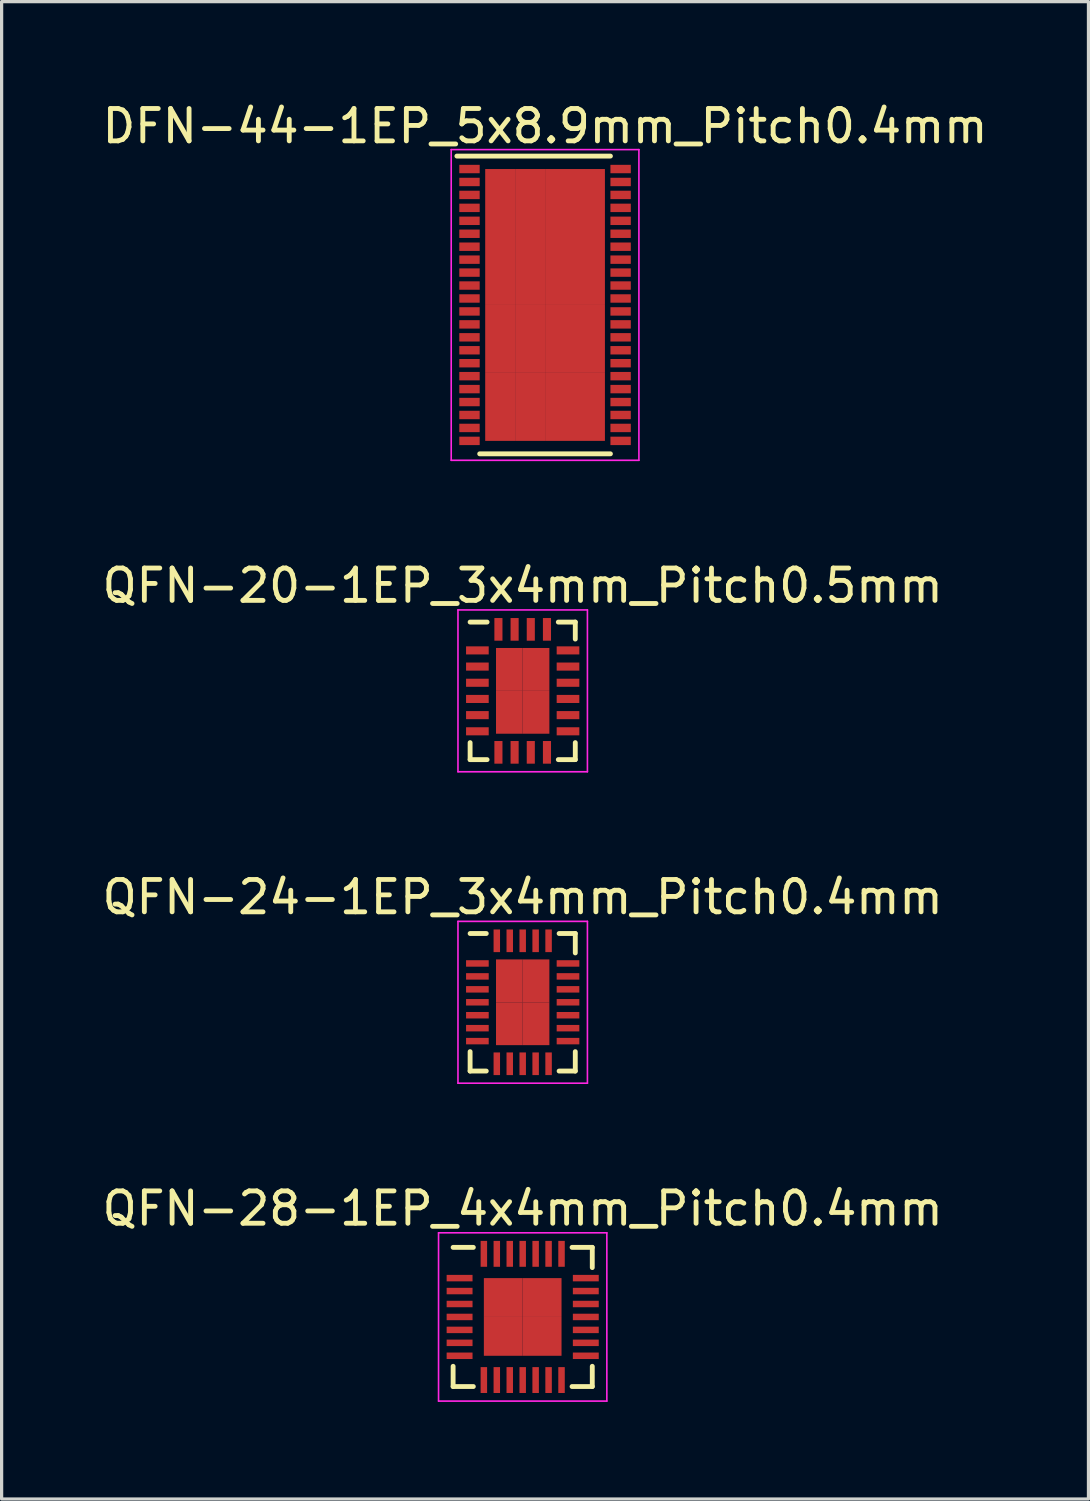
<source format=kicad_pcb>
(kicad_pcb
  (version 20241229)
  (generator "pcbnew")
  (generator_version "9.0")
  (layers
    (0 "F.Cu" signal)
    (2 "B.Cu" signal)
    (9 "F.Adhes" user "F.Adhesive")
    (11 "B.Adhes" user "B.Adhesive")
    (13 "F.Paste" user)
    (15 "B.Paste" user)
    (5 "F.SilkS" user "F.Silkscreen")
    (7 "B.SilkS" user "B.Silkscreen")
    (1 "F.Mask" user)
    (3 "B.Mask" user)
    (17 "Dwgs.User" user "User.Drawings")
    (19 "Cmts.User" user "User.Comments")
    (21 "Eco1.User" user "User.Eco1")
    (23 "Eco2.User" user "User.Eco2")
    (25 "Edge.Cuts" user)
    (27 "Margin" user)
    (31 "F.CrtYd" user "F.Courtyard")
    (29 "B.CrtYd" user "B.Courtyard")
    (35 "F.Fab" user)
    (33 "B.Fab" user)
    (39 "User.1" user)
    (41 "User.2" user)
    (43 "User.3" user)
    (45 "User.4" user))
  (footprint "QFN-24-1EP_3x4mm_Pitch0.4mm"
    (layer "F.Cu")
    (at 13.101 27.92)
    (property "Reference" "QFN-24-1EP_3x4mm_Pitch0.4mm" (at 0 -3.25 0) (layer "F.SilkS") (effects (font (size 1 1) (thickness 0.15))))
    (attr smd)
    (fp_line (start -1.625 -2.125) (end -1.125 -2.125) (stroke (width 0.15) (type solid)) (layer "F.SilkS"))
    (fp_line (start -1.625 2.125) (end -1.625 1.525) (stroke (width 0.15) (type solid)) (layer "F.SilkS"))
    (fp_line (start -1.625 2.125) (end -1.125 2.125) (stroke (width 0.15) (type solid)) (layer "F.SilkS"))
    (fp_line (start 1.625 -2.125) (end 1.125 -2.125) (stroke (width 0.15) (type solid)) (layer "F.SilkS"))
    (fp_line (start 1.625 -2.125) (end 1.625 -1.525) (stroke (width 0.15) (type solid)) (layer "F.SilkS"))
    (fp_line (start 1.625 2.125) (end 1.125 2.125) (stroke (width 0.15) (type solid)) (layer "F.SilkS"))
    (fp_line (start 1.625 2.125) (end 1.625 1.525) (stroke (width 0.15) (type solid)) (layer "F.SilkS"))
    (fp_line (start -2 -2.5) (end -2 2.5) (stroke (width 0.05) (type solid)) (layer "F.CrtYd"))
    (fp_line (start -2 -2.5) (end 2 -2.5) (stroke (width 0.05) (type solid)) (layer "F.CrtYd"))
    (fp_line (start -2 2.5) (end 2 2.5) (stroke (width 0.05) (type solid)) (layer "F.CrtYd"))
    (fp_line (start 2 -2.5) (end 2 2.5) (stroke (width 0.05) (type solid)) (layer "F.CrtYd"))
    (pad "1" smd rect (at -1.4 -1.2) (size 0.7 0.2) (layers "F.Cu" "F.Mask" "F.Paste"))
    (pad "2" smd rect (at -1.4 -0.8) (size 0.7 0.2) (layers "F.Cu" "F.Mask" "F.Paste"))
    (pad "3" smd rect (at -1.4 -0.4) (size 0.7 0.2) (layers "F.Cu" "F.Mask" "F.Paste"))
    (pad "4" smd rect (at -1.4 0) (size 0.7 0.2) (layers "F.Cu" "F.Mask" "F.Paste"))
    (pad "5" smd rect (at -1.4 0.4) (size 0.7 0.2) (layers "F.Cu" "F.Mask" "F.Paste"))
    (pad "6" smd rect (at -1.4 0.8) (size 0.7 0.2) (layers "F.Cu" "F.Mask" "F.Paste"))
    (pad "7" smd rect (at -1.4 1.2) (size 0.7 0.2) (layers "F.Cu" "F.Mask" "F.Paste"))
    (pad "8" smd rect (at -0.8 1.9 90) (size 0.7 0.2) (layers "F.Cu" "F.Mask" "F.Paste"))
    (pad "9" smd rect (at -0.4 1.9 90) (size 0.7 0.2) (layers "F.Cu" "F.Mask" "F.Paste"))
    (pad "10" smd rect (at 0 1.9 90) (size 0.7 0.2) (layers "F.Cu" "F.Mask" "F.Paste"))
    (pad "11" smd rect (at 0.4 1.9 90) (size 0.7 0.2) (layers "F.Cu" "F.Mask" "F.Paste"))
    (pad "12" smd rect (at 0.8 1.9 90) (size 0.7 0.2) (layers "F.Cu" "F.Mask" "F.Paste"))
    (pad "13" smd rect (at 1.4 1.2) (size 0.7 0.2) (layers "F.Cu" "F.Mask" "F.Paste"))
    (pad "14" smd rect (at 1.4 0.8) (size 0.7 0.2) (layers "F.Cu" "F.Mask" "F.Paste"))
    (pad "15" smd rect (at 1.4 0.4) (size 0.7 0.2) (layers "F.Cu" "F.Mask" "F.Paste"))
    (pad "16" smd rect (at 1.4 0) (size 0.7 0.2) (layers "F.Cu" "F.Mask" "F.Paste"))
    (pad "17" smd rect (at 1.4 -0.4) (size 0.7 0.2) (layers "F.Cu" "F.Mask" "F.Paste"))
    (pad "18" smd rect (at 1.4 -0.8) (size 0.7 0.2) (layers "F.Cu" "F.Mask" "F.Paste"))
    (pad "19" smd rect (at 1.4 -1.2) (size 0.7 0.2) (layers "F.Cu" "F.Mask" "F.Paste"))
    (pad "20" smd rect (at 0.8 -1.9 90) (size 0.7 0.2) (layers "F.Cu" "F.Mask" "F.Paste"))
    (pad "21" smd rect (at 0.4 -1.9 90) (size 0.7 0.2) (layers "F.Cu" "F.Mask" "F.Paste"))
    (pad "22" smd rect (at 0 -1.9 90) (size 0.7 0.2) (layers "F.Cu" "F.Mask" "F.Paste"))
    (pad "23" smd rect (at -0.4 -1.9 90) (size 0.7 0.2) (layers "F.Cu" "F.Mask" "F.Paste"))
    (pad "24" smd rect (at -0.8 -1.9 90) (size 0.7 0.2) (layers "F.Cu" "F.Mask" "F.Paste"))
    (pad "25" smd rect (at -0.412 -0.662) (size 0.825 1.325) (layers "F.Cu" "F.Mask" "F.Paste"))
    (pad "25" smd rect (at -0.412 0.662) (size 0.825 1.325) (layers "F.Cu" "F.Mask" "F.Paste"))
    (pad "25" smd rect (at 0.412 -0.662) (size 0.825 1.325) (layers "F.Cu" "F.Mask" "F.Paste"))
    (pad "25" smd rect (at 0.412 0.662) (size 0.825 1.325) (layers "F.Cu" "F.Mask" "F.Paste")))
  (footprint "QFN-20-1EP_3x4mm_Pitch0.5mm"
    (layer "F.Cu")
    (at 13.101 18.297)
    (property "Reference" "QFN-20-1EP_3x4mm_Pitch0.5mm" (at 0 -3.25 0) (layer "F.SilkS") (effects (font (size 1 1) (thickness 0.15))))
    (attr smd)
    (fp_line (start -1.625 -2.125) (end -1.1 -2.125) (stroke (width 0.15) (type solid)) (layer "F.SilkS"))
    (fp_line (start -1.625 2.125) (end -1.625 1.6) (stroke (width 0.15) (type solid)) (layer "F.SilkS"))
    (fp_line (start -1.625 2.125) (end -1.1 2.125) (stroke (width 0.15) (type solid)) (layer "F.SilkS"))
    (fp_line (start 1.625 -2.125) (end 1.1 -2.125) (stroke (width 0.15) (type solid)) (layer "F.SilkS"))
    (fp_line (start 1.625 -2.125) (end 1.625 -1.6) (stroke (width 0.15) (type solid)) (layer "F.SilkS"))
    (fp_line (start 1.625 2.125) (end 1.1 2.125) (stroke (width 0.15) (type solid)) (layer "F.SilkS"))
    (fp_line (start 1.625 2.125) (end 1.625 1.6) (stroke (width 0.15) (type solid)) (layer "F.SilkS"))
    (fp_line (start -2 -2.5) (end -2 2.5) (stroke (width 0.05) (type solid)) (layer "F.CrtYd"))
    (fp_line (start -2 -2.5) (end 2 -2.5) (stroke (width 0.05) (type solid)) (layer "F.CrtYd"))
    (fp_line (start -2 2.5) (end 2 2.5) (stroke (width 0.05) (type solid)) (layer "F.CrtYd"))
    (fp_line (start 2 -2.5) (end 2 2.5) (stroke (width 0.05) (type solid)) (layer "F.CrtYd"))
    (pad "1" smd rect (at -1.4 -1.25) (size 0.7 0.25) (layers "F.Cu" "F.Mask" "F.Paste"))
    (pad "2" smd rect (at -1.4 -0.75) (size 0.7 0.25) (layers "F.Cu" "F.Mask" "F.Paste"))
    (pad "3" smd rect (at -1.4 -0.25) (size 0.7 0.25) (layers "F.Cu" "F.Mask" "F.Paste"))
    (pad "4" smd rect (at -1.4 0.25) (size 0.7 0.25) (layers "F.Cu" "F.Mask" "F.Paste"))
    (pad "5" smd rect (at -1.4 0.75) (size 0.7 0.25) (layers "F.Cu" "F.Mask" "F.Paste"))
    (pad "6" smd rect (at -1.4 1.25) (size 0.7 0.25) (layers "F.Cu" "F.Mask" "F.Paste"))
    (pad "7" smd rect (at -0.75 1.9 90) (size 0.7 0.25) (layers "F.Cu" "F.Mask" "F.Paste"))
    (pad "8" smd rect (at -0.25 1.9 90) (size 0.7 0.25) (layers "F.Cu" "F.Mask" "F.Paste"))
    (pad "9" smd rect (at 0.25 1.9 90) (size 0.7 0.25) (layers "F.Cu" "F.Mask" "F.Paste"))
    (pad "10" smd rect (at 0.75 1.9 90) (size 0.7 0.25) (layers "F.Cu" "F.Mask" "F.Paste"))
    (pad "11" smd rect (at 1.4 1.25) (size 0.7 0.25) (layers "F.Cu" "F.Mask" "F.Paste"))
    (pad "12" smd rect (at 1.4 0.75) (size 0.7 0.25) (layers "F.Cu" "F.Mask" "F.Paste"))
    (pad "13" smd rect (at 1.4 0.25) (size 0.7 0.25) (layers "F.Cu" "F.Mask" "F.Paste"))
    (pad "14" smd rect (at 1.4 -0.25) (size 0.7 0.25) (layers "F.Cu" "F.Mask" "F.Paste"))
    (pad "15" smd rect (at 1.4 -0.75) (size 0.7 0.25) (layers "F.Cu" "F.Mask" "F.Paste"))
    (pad "16" smd rect (at 1.4 -1.25) (size 0.7 0.25) (layers "F.Cu" "F.Mask" "F.Paste"))
    (pad "17" smd rect (at 0.75 -1.9 90) (size 0.7 0.25) (layers "F.Cu" "F.Mask" "F.Paste"))
    (pad "18" smd rect (at 0.25 -1.9 90) (size 0.7 0.25) (layers "F.Cu" "F.Mask" "F.Paste"))
    (pad "19" smd rect (at -0.25 -1.9 90) (size 0.7 0.25) (layers "F.Cu" "F.Mask" "F.Paste"))
    (pad "20" smd rect (at -0.75 -1.9 90) (size 0.7 0.25) (layers "F.Cu" "F.Mask" "F.Paste"))
    (pad "21" smd rect (at -0.412 -0.662) (size 0.825 1.325) (layers "F.Cu" "F.Mask" "F.Paste"))
    (pad "21" smd rect (at -0.412 0.662) (size 0.825 1.325) (layers "F.Cu" "F.Mask" "F.Paste"))
    (pad "21" smd rect (at 0.412 -0.662) (size 0.825 1.325) (layers "F.Cu" "F.Mask" "F.Paste"))
    (pad "21" smd rect (at 0.412 0.662) (size 0.825 1.325) (layers "F.Cu" "F.Mask" "F.Paste")))
  (footprint "DFN-44-1EP_5x8.9mm_Pitch0.4mm"
    (layer "F.Cu")
    (at 13.792 6.373)
    (property "Reference" "DFN-44-1EP_5x8.9mm_Pitch0.4mm" (at 0 -5.525 0) (layer "F.SilkS") (effects (font (size 1 1) (thickness 0.15))))
    (attr smd)
    (fp_line (start -2.725 -4.6) (end 2.02 -4.6) (stroke (width 0.15) (type solid)) (layer "F.SilkS"))
    (fp_line (start -2.02 4.6) (end 2.02 4.6) (stroke (width 0.15) (type solid)) (layer "F.SilkS"))
    (fp_line (start -2.9 -4.8) (end -2.9 4.8) (stroke (width 0.05) (type solid)) (layer "F.CrtYd"))
    (fp_line (start -2.9 -4.8) (end 2.9 -4.8) (stroke (width 0.05) (type solid)) (layer "F.CrtYd"))
    (fp_line (start -2.9 4.8) (end 2.9 4.8) (stroke (width 0.05) (type solid)) (layer "F.CrtYd"))
    (fp_line (start 2.9 -4.8) (end 2.9 4.8) (stroke (width 0.05) (type solid)) (layer "F.CrtYd"))
    (pad "1" smd rect (at -2.335 -4.2) (size 0.63 0.26) (layers "F.Cu" "F.Mask" "F.Paste"))
    (pad "2" smd rect (at -2.335 -3.8) (size 0.63 0.26) (layers "F.Cu" "F.Mask" "F.Paste"))
    (pad "3" smd rect (at -2.335 -3.4) (size 0.63 0.26) (layers "F.Cu" "F.Mask" "F.Paste"))
    (pad "4" smd rect (at -2.335 -3) (size 0.63 0.26) (layers "F.Cu" "F.Mask" "F.Paste"))
    (pad "5" smd rect (at -2.335 -2.6) (size 0.63 0.26) (layers "F.Cu" "F.Mask" "F.Paste"))
    (pad "6" smd rect (at -2.335 -2.2) (size 0.63 0.26) (layers "F.Cu" "F.Mask" "F.Paste"))
    (pad "7" smd rect (at -2.335 -1.8) (size 0.63 0.26) (layers "F.Cu" "F.Mask" "F.Paste"))
    (pad "8" smd rect (at -2.335 -1.4) (size 0.63 0.26) (layers "F.Cu" "F.Mask" "F.Paste"))
    (pad "9" smd rect (at -2.335 -1) (size 0.63 0.26) (layers "F.Cu" "F.Mask" "F.Paste"))
    (pad "10" smd rect (at -2.335 -0.6) (size 0.63 0.26) (layers "F.Cu" "F.Mask" "F.Paste"))
    (pad "11" smd rect (at -2.335 -0.2) (size 0.63 0.26) (layers "F.Cu" "F.Mask" "F.Paste"))
    (pad "12" smd rect (at -2.335 0.2) (size 0.63 0.26) (layers "F.Cu" "F.Mask" "F.Paste"))
    (pad "13" smd rect (at -2.335 0.6) (size 0.63 0.26) (layers "F.Cu" "F.Mask" "F.Paste"))
    (pad "14" smd rect (at -2.335 1) (size 0.63 0.26) (layers "F.Cu" "F.Mask" "F.Paste"))
    (pad "15" smd rect (at -2.335 1.4) (size 0.63 0.26) (layers "F.Cu" "F.Mask" "F.Paste"))
    (pad "16" smd rect (at -2.335 1.8) (size 0.63 0.26) (layers "F.Cu" "F.Mask" "F.Paste"))
    (pad "17" smd rect (at -2.335 2.2) (size 0.63 0.26) (layers "F.Cu" "F.Mask" "F.Paste"))
    (pad "18" smd rect (at -2.335 2.6) (size 0.63 0.26) (layers "F.Cu" "F.Mask" "F.Paste"))
    (pad "19" smd rect (at -2.335 3) (size 0.63 0.26) (layers "F.Cu" "F.Mask" "F.Paste"))
    (pad "20" smd rect (at -2.335 3.4) (size 0.63 0.26) (layers "F.Cu" "F.Mask" "F.Paste"))
    (pad "21" smd rect (at -2.335 3.8) (size 0.63 0.26) (layers "F.Cu" "F.Mask" "F.Paste"))
    (pad "22" smd rect (at -2.335 4.2) (size 0.63 0.26) (layers "F.Cu" "F.Mask" "F.Paste"))
    (pad "23" smd rect (at 2.335 4.2) (size 0.63 0.26) (layers "F.Cu" "F.Mask" "F.Paste"))
    (pad "24" smd rect (at 2.335 3.8) (size 0.63 0.26) (layers "F.Cu" "F.Mask" "F.Paste"))
    (pad "25" smd rect (at 2.335 3.4) (size 0.63 0.26) (layers "F.Cu" "F.Mask" "F.Paste"))
    (pad "26" smd rect (at 2.335 3) (size 0.63 0.26) (layers "F.Cu" "F.Mask" "F.Paste"))
    (pad "27" smd rect (at 2.335 2.6) (size 0.63 0.26) (layers "F.Cu" "F.Mask" "F.Paste"))
    (pad "28" smd rect (at 2.335 2.2) (size 0.63 0.26) (layers "F.Cu" "F.Mask" "F.Paste"))
    (pad "29" smd rect (at 2.335 1.8) (size 0.63 0.26) (layers "F.Cu" "F.Mask" "F.Paste"))
    (pad "30" smd rect (at 2.335 1.4) (size 0.63 0.26) (layers "F.Cu" "F.Mask" "F.Paste"))
    (pad "31" smd rect (at 2.335 1) (size 0.63 0.26) (layers "F.Cu" "F.Mask" "F.Paste"))
    (pad "32" smd rect (at 2.335 0.6) (size 0.63 0.26) (layers "F.Cu" "F.Mask" "F.Paste"))
    (pad "33" smd rect (at 2.335 0.2) (size 0.63 0.26) (layers "F.Cu" "F.Mask" "F.Paste"))
    (pad "34" smd rect (at 2.335 -0.2) (size 0.63 0.26) (layers "F.Cu" "F.Mask" "F.Paste"))
    (pad "35" smd rect (at 2.335 -0.6) (size 0.63 0.26) (layers "F.Cu" "F.Mask" "F.Paste"))
    (pad "36" smd rect (at 2.335 -1) (size 0.63 0.26) (layers "F.Cu" "F.Mask" "F.Paste"))
    (pad "37" smd rect (at 2.335 -1.4) (size 0.63 0.26) (layers "F.Cu" "F.Mask" "F.Paste"))
    (pad "38" smd rect (at 2.335 -1.8) (size 0.63 0.26) (layers "F.Cu" "F.Mask" "F.Paste"))
    (pad "39" smd rect (at 2.335 -2.2) (size 0.63 0.26) (layers "F.Cu" "F.Mask" "F.Paste"))
    (pad "40" smd rect (at 2.335 -2.6) (size 0.63 0.26) (layers "F.Cu" "F.Mask" "F.Paste"))
    (pad "41" smd rect (at 2.335 -3) (size 0.63 0.26) (layers "F.Cu" "F.Mask" "F.Paste"))
    (pad "42" smd rect (at 2.335 -3.4) (size 0.63 0.26) (layers "F.Cu" "F.Mask" "F.Paste"))
    (pad "43" smd rect (at 2.335 -3.8) (size 0.63 0.26) (layers "F.Cu" "F.Mask" "F.Paste"))
    (pad "44" smd rect (at 2.335 -4.2) (size 0.63 0.26) (layers "F.Cu" "F.Mask" "F.Paste"))
    (pad "45" smd rect (at -1.387 -3.15) (size 0.925 2.1) (layers "F.Cu" "F.Mask" "F.Paste"))
    (pad "45" smd rect (at -1.387 -1.05) (size 0.925 2.1) (layers "F.Cu" "F.Mask" "F.Paste"))
    (pad "45" smd rect (at -1.387 1.05) (size 0.925 2.1) (layers "F.Cu" "F.Mask" "F.Paste"))
    (pad "45" smd rect (at -1.387 3.15) (size 0.925 2.1) (layers "F.Cu" "F.Mask" "F.Paste"))
    (pad "45" smd rect (at -0.463 -3.15) (size 0.925 2.1) (layers "F.Cu" "F.Mask" "F.Paste"))
    (pad "45" smd rect (at -0.463 -1.05) (size 0.925 2.1) (layers "F.Cu" "F.Mask" "F.Paste"))
    (pad "45" smd rect (at -0.463 1.05) (size 0.925 2.1) (layers "F.Cu" "F.Mask" "F.Paste"))
    (pad "45" smd rect (at -0.463 3.15) (size 0.925 2.1) (layers "F.Cu" "F.Mask" "F.Paste"))
    (pad "45" smd rect (at 0.463 -3.15) (size 0.925 2.1) (layers "F.Cu" "F.Mask" "F.Paste"))
    (pad "45" smd rect (at 0.463 -1.05) (size 0.925 2.1) (layers "F.Cu" "F.Mask" "F.Paste"))
    (pad "45" smd rect (at 0.463 1.05) (size 0.925 2.1) (layers "F.Cu" "F.Mask" "F.Paste"))
    (pad "45" smd rect (at 0.463 3.15) (size 0.925 2.1) (layers "F.Cu" "F.Mask" "F.Paste"))
    (pad "45" smd rect (at 1.387 -3.15) (size 0.925 2.1) (layers "F.Cu" "F.Mask" "F.Paste"))
    (pad "45" smd rect (at 1.387 -1.05) (size 0.925 2.1) (layers "F.Cu" "F.Mask" "F.Paste"))
    (pad "45" smd rect (at 1.387 1.05) (size 0.925 2.1) (layers "F.Cu" "F.Mask" "F.Paste"))
    (pad "45" smd rect (at 1.387 3.15) (size 0.925 2.1) (layers "F.Cu" "F.Mask" "F.Paste")))
  (footprint "QFN-28-1EP_4x4mm_Pitch0.4mm"
    (layer "F.Cu")
    (at 13.101 37.643)
    (property "Reference" "QFN-28-1EP_4x4mm_Pitch0.4mm" (at 0 -3.35 0) (layer "F.SilkS") (effects (font (size 1 1) (thickness 0.15))))
    (attr smd)
    (fp_line (start -2.15 -2.15) (end -1.525 -2.15) (stroke (width 0.15) (type solid)) (layer "F.SilkS"))
    (fp_line (start -2.15 2.15) (end -2.15 1.525) (stroke (width 0.15) (type solid)) (layer "F.SilkS"))
    (fp_line (start -2.15 2.15) (end -1.525 2.15) (stroke (width 0.15) (type solid)) (layer "F.SilkS"))
    (fp_line (start 2.15 -2.15) (end 1.525 -2.15) (stroke (width 0.15) (type solid)) (layer "F.SilkS"))
    (fp_line (start 2.15 -2.15) (end 2.15 -1.525) (stroke (width 0.15) (type solid)) (layer "F.SilkS"))
    (fp_line (start 2.15 2.15) (end 1.525 2.15) (stroke (width 0.15) (type solid)) (layer "F.SilkS"))
    (fp_line (start 2.15 2.15) (end 2.15 1.525) (stroke (width 0.15) (type solid)) (layer "F.SilkS"))
    (fp_line (start -2.6 -2.6) (end -2.6 2.6) (stroke (width 0.05) (type solid)) (layer "F.CrtYd"))
    (fp_line (start -2.6 -2.6) (end 2.6 -2.6) (stroke (width 0.05) (type solid)) (layer "F.CrtYd"))
    (fp_line (start -2.6 2.6) (end 2.6 2.6) (stroke (width 0.05) (type solid)) (layer "F.CrtYd"))
    (fp_line (start 2.6 -2.6) (end 2.6 2.6) (stroke (width 0.05) (type solid)) (layer "F.CrtYd"))
    (pad "1" smd rect (at -1.95 -1.2) (size 0.8 0.2) (layers "F.Cu" "F.Mask" "F.Paste"))
    (pad "2" smd rect (at -1.95 -0.8) (size 0.8 0.2) (layers "F.Cu" "F.Mask" "F.Paste"))
    (pad "3" smd rect (at -1.95 -0.4) (size 0.8 0.2) (layers "F.Cu" "F.Mask" "F.Paste"))
    (pad "4" smd rect (at -1.95 0) (size 0.8 0.2) (layers "F.Cu" "F.Mask" "F.Paste"))
    (pad "5" smd rect (at -1.95 0.4) (size 0.8 0.2) (layers "F.Cu" "F.Mask" "F.Paste"))
    (pad "6" smd rect (at -1.95 0.8) (size 0.8 0.2) (layers "F.Cu" "F.Mask" "F.Paste"))
    (pad "7" smd rect (at -1.95 1.2) (size 0.8 0.2) (layers "F.Cu" "F.Mask" "F.Paste"))
    (pad "8" smd rect (at -1.2 1.95 90) (size 0.8 0.2) (layers "F.Cu" "F.Mask" "F.Paste"))
    (pad "9" smd rect (at -0.8 1.95 90) (size 0.8 0.2) (layers "F.Cu" "F.Mask" "F.Paste"))
    (pad "10" smd rect (at -0.4 1.95 90) (size 0.8 0.2) (layers "F.Cu" "F.Mask" "F.Paste"))
    (pad "11" smd rect (at 0 1.95 90) (size 0.8 0.2) (layers "F.Cu" "F.Mask" "F.Paste"))
    (pad "12" smd rect (at 0.4 1.95 90) (size 0.8 0.2) (layers "F.Cu" "F.Mask" "F.Paste"))
    (pad "13" smd rect (at 0.8 1.95 90) (size 0.8 0.2) (layers "F.Cu" "F.Mask" "F.Paste"))
    (pad "14" smd rect (at 1.2 1.95 90) (size 0.8 0.2) (layers "F.Cu" "F.Mask" "F.Paste"))
    (pad "15" smd rect (at 1.95 1.2) (size 0.8 0.2) (layers "F.Cu" "F.Mask" "F.Paste"))
    (pad "16" smd rect (at 1.95 0.8) (size 0.8 0.2) (layers "F.Cu" "F.Mask" "F.Paste"))
    (pad "17" smd rect (at 1.95 0.4) (size 0.8 0.2) (layers "F.Cu" "F.Mask" "F.Paste"))
    (pad "18" smd rect (at 1.95 0) (size 0.8 0.2) (layers "F.Cu" "F.Mask" "F.Paste"))
    (pad "19" smd rect (at 1.95 -0.4) (size 0.8 0.2) (layers "F.Cu" "F.Mask" "F.Paste"))
    (pad "20" smd rect (at 1.95 -0.8) (size 0.8 0.2) (layers "F.Cu" "F.Mask" "F.Paste"))
    (pad "21" smd rect (at 1.95 -1.2) (size 0.8 0.2) (layers "F.Cu" "F.Mask" "F.Paste"))
    (pad "22" smd rect (at 1.2 -1.95 90) (size 0.8 0.2) (layers "F.Cu" "F.Mask" "F.Paste"))
    (pad "23" smd rect (at 0.8 -1.95 90) (size 0.8 0.2) (layers "F.Cu" "F.Mask" "F.Paste"))
    (pad "24" smd rect (at 0.4 -1.95 90) (size 0.8 0.2) (layers "F.Cu" "F.Mask" "F.Paste"))
    (pad "25" smd rect (at 0 -1.95 90) (size 0.8 0.2) (layers "F.Cu" "F.Mask" "F.Paste"))
    (pad "26" smd rect (at -0.4 -1.95 90) (size 0.8 0.2) (layers "F.Cu" "F.Mask" "F.Paste"))
    (pad "27" smd rect (at -0.8 -1.95 90) (size 0.8 0.2) (layers "F.Cu" "F.Mask" "F.Paste"))
    (pad "28" smd rect (at -1.2 -1.95 90) (size 0.8 0.2) (layers "F.Cu" "F.Mask" "F.Paste"))
    (pad "29" smd rect (at -0.6 -0.6) (size 1.2 1.2) (layers "F.Cu" "F.Mask" "F.Paste"))
    (pad "29" smd rect (at -0.6 0.6) (size 1.2 1.2) (layers "F.Cu" "F.Mask" "F.Paste"))
    (pad "29" smd rect (at 0.6 -0.6) (size 1.2 1.2) (layers "F.Cu" "F.Mask" "F.Paste"))
    (pad "29" smd rect (at 0.6 0.6) (size 1.2 1.2) (layers "F.Cu" "F.Mask" "F.Paste")))
  (gr_rect
    (start -3 -3)
    (end 30.583 43.268)
    (stroke (width 0.1) (type default))
    (fill no)
    (layer "Edge.Cuts")))
</source>
